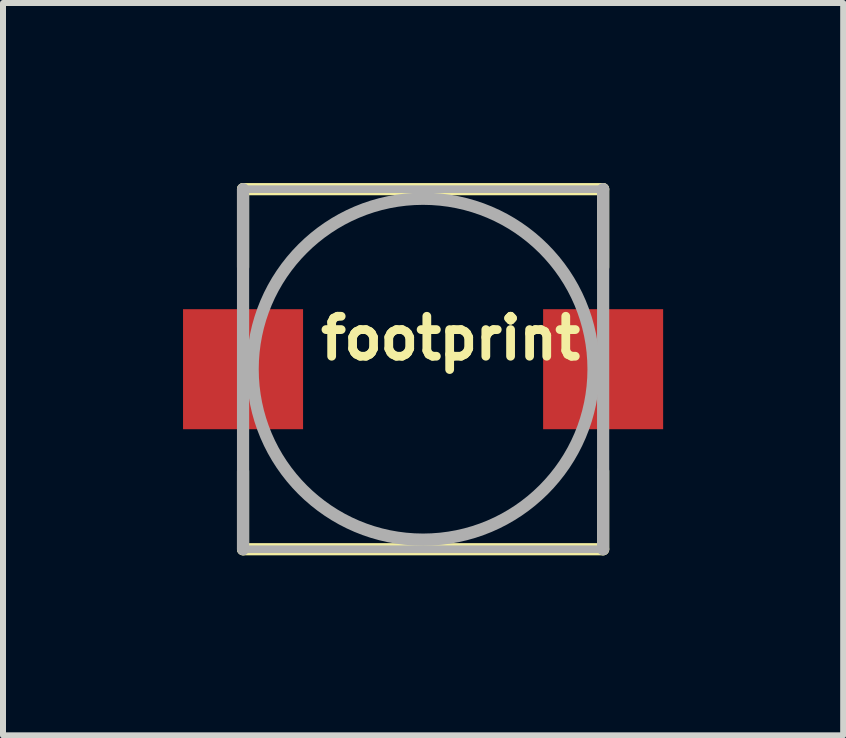
<source format=kicad_pcb>
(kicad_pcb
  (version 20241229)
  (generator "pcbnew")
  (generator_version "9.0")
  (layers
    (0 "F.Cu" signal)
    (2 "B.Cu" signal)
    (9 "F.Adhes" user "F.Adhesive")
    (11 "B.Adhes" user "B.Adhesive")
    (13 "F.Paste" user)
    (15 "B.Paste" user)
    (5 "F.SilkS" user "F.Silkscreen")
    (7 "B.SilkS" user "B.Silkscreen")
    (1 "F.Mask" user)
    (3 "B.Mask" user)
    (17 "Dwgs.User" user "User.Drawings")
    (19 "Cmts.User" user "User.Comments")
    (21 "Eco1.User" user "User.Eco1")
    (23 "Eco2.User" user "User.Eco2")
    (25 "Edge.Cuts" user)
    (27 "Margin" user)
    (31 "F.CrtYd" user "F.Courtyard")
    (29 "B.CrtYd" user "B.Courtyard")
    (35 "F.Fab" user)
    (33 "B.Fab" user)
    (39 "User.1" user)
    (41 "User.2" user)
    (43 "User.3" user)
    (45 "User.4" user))
  (footprint "footprint"
    (layer "F.Cu")
    (at 4 3.102)
    (property "Reference" "footprint" (at -1.778 -0.127 0) (layer "F.SilkS") (effects (font (size 0.666 0.666) (thickness 0.146)) (justify left bottom)))
    (fp_line (start -3 -3) (end 3 -3) (stroke (width 0.203) (type solid)) (layer "F.SilkS"))
    (fp_line (start -3 -1.7) (end -3 -3) (stroke (width 0.203) (type solid)) (layer "F.SilkS"))
    (fp_line (start -3 3) (end -3 1.7) (stroke (width 0.203) (type solid)) (layer "F.SilkS"))
    (fp_line (start 3 -3) (end 3 -1.7) (stroke (width 0.203) (type solid)) (layer "F.SilkS"))
    (fp_line (start 3 1.7) (end 3 3) (stroke (width 0.203) (type solid)) (layer "F.SilkS"))
    (fp_line (start 3 3) (end -3 3) (stroke (width 0.203) (type solid)) (layer "F.SilkS"))
    (fp_line (start -3 3) (end -3 -3) (stroke (width 0.203) (type solid)) (layer "F.Fab"))
    (fp_line (start -3 -3) (end 3 -3) (stroke (width 0.127) (type solid)) (layer "F.Fab"))
    (fp_line (start 3 -3) (end 3 3) (stroke (width 0.203) (type solid)) (layer "F.Fab"))
    (fp_line (start 3 3) (end -3 3) (stroke (width 0.127) (type solid)) (layer "F.Fab"))
    (fp_circle (center 0 0) (end 2.84 0) (stroke (width 0.203) (type solid)) (fill no) (layer "F.Fab"))
    (pad "P$1" smd rect (at 3 0) (size 2 2) (layers "F.Cu" "F.Mask" "F.Paste"))
    (pad "P$2" smd rect (at -3 0) (size 2 2) (layers "F.Cu" "F.Mask" "F.Paste")))
  (gr_rect
    (start -3 -3)
    (end 11 9.203)
    (stroke (width 0.1) (type default))
    (fill no)
    (layer "Edge.Cuts")))
</source>
